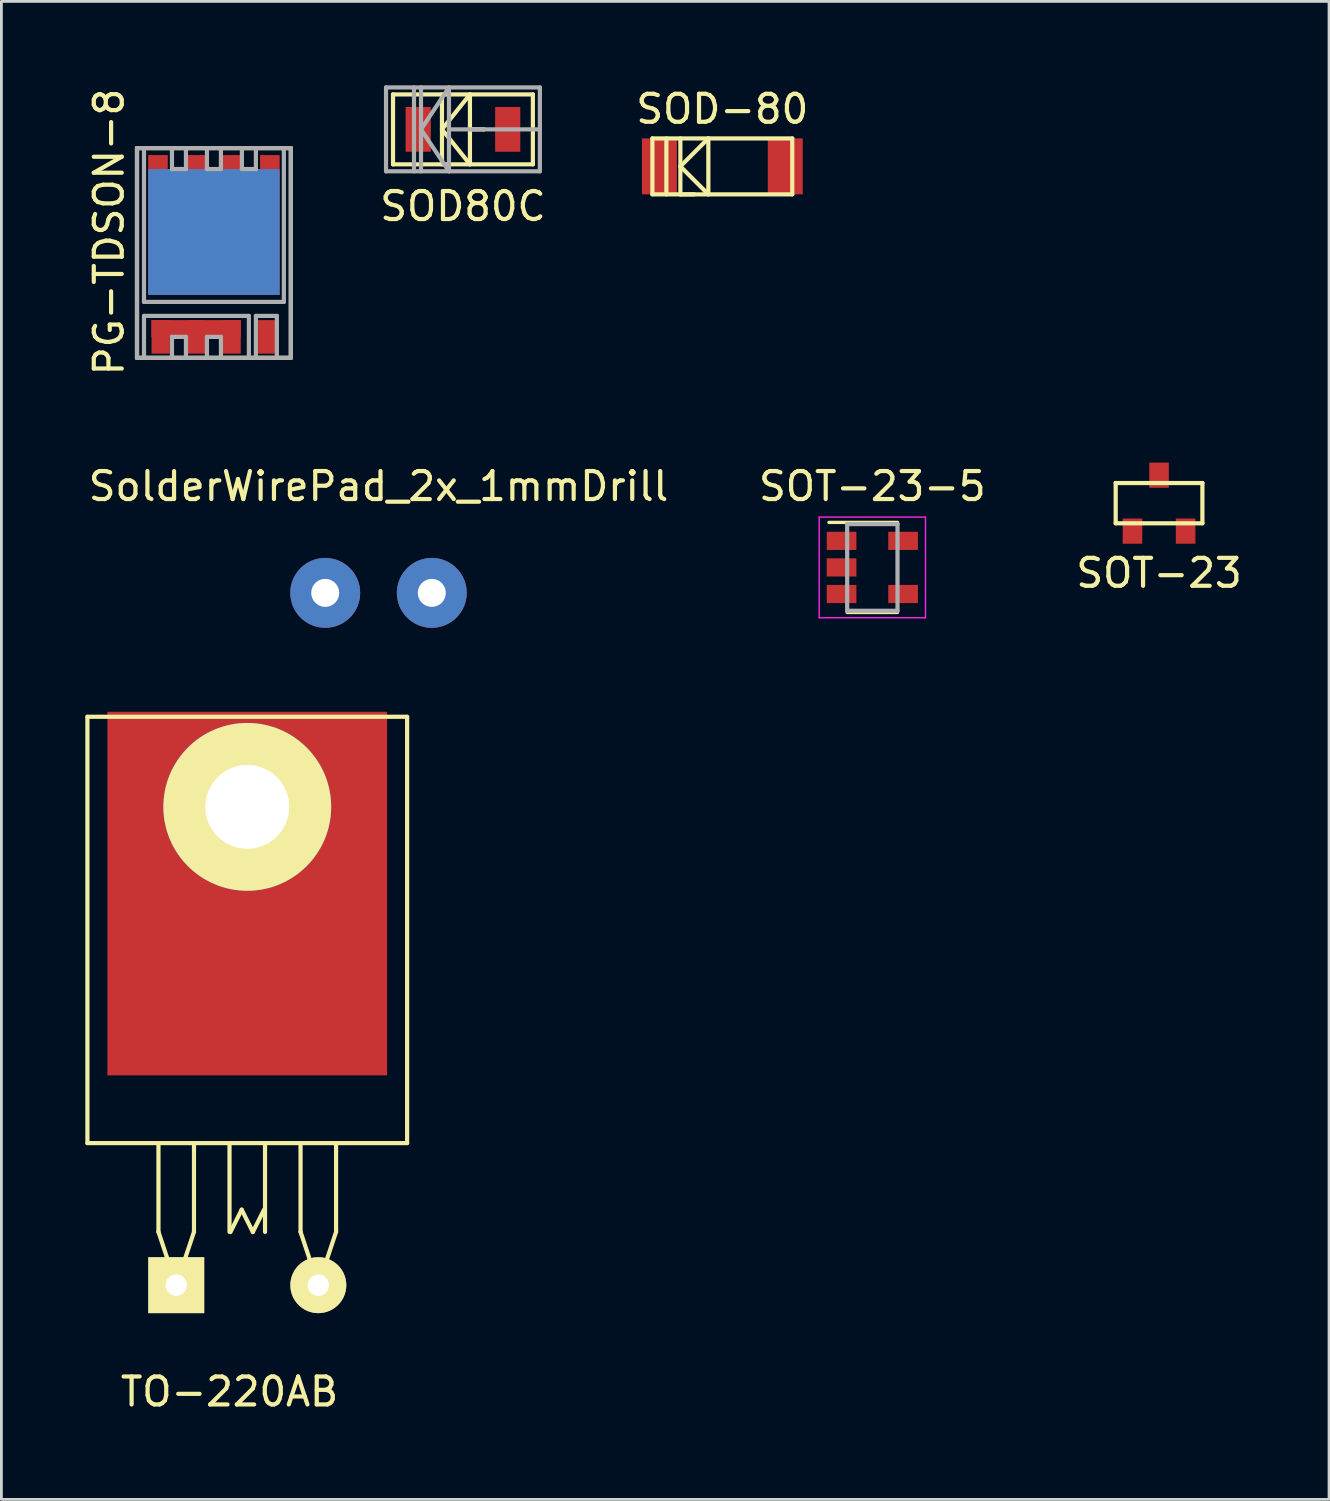
<source format=kicad_pcb>
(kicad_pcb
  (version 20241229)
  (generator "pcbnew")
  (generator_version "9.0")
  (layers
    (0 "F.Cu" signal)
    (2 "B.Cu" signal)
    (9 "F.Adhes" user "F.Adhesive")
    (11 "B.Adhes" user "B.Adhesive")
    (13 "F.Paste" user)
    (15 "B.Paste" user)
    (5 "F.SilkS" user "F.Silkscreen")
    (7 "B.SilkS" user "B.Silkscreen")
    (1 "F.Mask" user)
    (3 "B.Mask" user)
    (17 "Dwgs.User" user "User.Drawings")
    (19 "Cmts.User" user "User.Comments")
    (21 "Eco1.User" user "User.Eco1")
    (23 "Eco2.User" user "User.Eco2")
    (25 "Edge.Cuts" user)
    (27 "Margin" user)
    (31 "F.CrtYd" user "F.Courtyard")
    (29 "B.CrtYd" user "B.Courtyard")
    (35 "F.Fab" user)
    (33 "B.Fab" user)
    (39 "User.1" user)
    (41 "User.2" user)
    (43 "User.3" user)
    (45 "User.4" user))
  (footprint "SOT-23"
    (placed yes)
    (layer "F.Cu")
    (at 38.387 14.938)
    (property "Reference" "SOT-23" (at 0 2.5 0) (layer "F.SilkS") (effects (font (size 1 1) (thickness 0.15))))
    (attr through_hole)
    (fp_line (start -1.55 -0.72) (end -1.55 0.72) (stroke (width 0.15) (type solid)) (layer "F.SilkS"))
    (fp_line (start -1.55 -0.72) (end 1.55 -0.72) (stroke (width 0.15) (type solid)) (layer "F.SilkS"))
    (fp_line (start -1.55 0.72) (end 1.55 0.72) (stroke (width 0.15) (type solid)) (layer "F.SilkS"))
    (fp_line (start 1.55 -0.72) (end 1.55 0.72) (stroke (width 0.15) (type solid)) (layer "F.SilkS"))
    (pad "1" smd rect (at -0.95 1) (size 0.7 0.9) (layers "F.Cu" "F.Mask" "F.Paste"))
    (pad "2" smd rect (at 0 -1) (size 0.7 0.9) (layers "F.Cu" "F.Mask" "F.Paste"))
    (pad "3" smd rect (at 0.95 1) (size 0.7 0.9) (layers "F.Cu" "F.Mask" "F.Paste")))
  (footprint "SOD80C"
    (layer "F.Cu")
    (at 13.501 1.575)
    (property "Reference" "SOD80C" (at 0 2.75 0) (layer "F.SilkS") (effects (font (size 1 1) (thickness 0.15))))
    (attr through_hole)
    (fp_line (start -2.5 -1.25) (end -2.5 1.25) (stroke (width 0.15) (type solid)) (layer "F.SilkS"))
    (fp_line (start -2.5 1.25) (end 2.5 1.25) (stroke (width 0.15) (type solid)) (layer "F.SilkS"))
    (fp_line (start -0.75 -1.25) (end -0.75 1.25) (stroke (width 0.15) (type solid)) (layer "F.SilkS"))
    (fp_line (start -0.75 0) (end 0.25 -1.25) (stroke (width 0.15) (type solid)) (layer "F.SilkS"))
    (fp_line (start -0.75 0) (end 0.25 1.25) (stroke (width 0.15) (type solid)) (layer "F.SilkS"))
    (fp_line (start 0.25 -1.25) (end 0.25 0) (stroke (width 0.15) (type solid)) (layer "F.SilkS"))
    (fp_line (start 0.25 0) (end 0.75 0) (stroke (width 0.15) (type solid)) (layer "F.SilkS"))
    (fp_line (start 0.25 1.25) (end 0.25 0) (stroke (width 0.15) (type solid)) (layer "F.SilkS"))
    (fp_line (start 2.5 -1.25) (end -2.5 -1.25) (stroke (width 0.15) (type solid)) (layer "F.SilkS"))
    (fp_line (start 2.5 1.25) (end 2.5 -1.25) (stroke (width 0.15) (type solid)) (layer "F.SilkS"))
    (fp_line (start -2.75 -1.5) (end -2.75 1.5) (stroke (width 0.15) (type solid)) (layer "F.Fab"))
    (fp_line (start -2.75 1.5) (end 2.75 1.5) (stroke (width 0.15) (type solid)) (layer "F.Fab"))
    (fp_line (start -1.75 -1.5) (end -1.75 1.5) (stroke (width 0.15) (type solid)) (layer "F.Fab"))
    (fp_line (start -1.5 0) (end -0.5 1.5) (stroke (width 0.15) (type solid)) (layer "F.Fab"))
    (fp_line (start -1.5 1.5) (end -1.5 -1.5) (stroke (width 0.15) (type solid)) (layer "F.Fab"))
    (fp_line (start -0.5 -1.5) (end -1.5 0) (stroke (width 0.15) (type solid)) (layer "F.Fab"))
    (fp_line (start -0.5 -1.25) (end -0.5 -1.5) (stroke (width 0.15) (type solid)) (layer "F.Fab"))
    (fp_line (start -0.5 0) (end 0.75 0) (stroke (width 0.15) (type solid)) (layer "F.Fab"))
    (fp_line (start -0.5 1.5) (end -0.5 -1.25) (stroke (width 0.15) (type solid)) (layer "F.Fab"))
    (fp_line (start 0.75 0) (end 2.75 0) (stroke (width 0.15) (type solid)) (layer "F.Fab"))
    (fp_line (start 2.75 -1.5) (end -2.75 -1.5) (stroke (width 0.15) (type solid)) (layer "F.Fab"))
    (fp_line (start 2.75 1.5) (end 2.75 -1.5) (stroke (width 0.15) (type solid)) (layer "F.Fab"))
    (pad "1" smd rect (at -1.6 0) (size 0.9 1.6) (layers "F.Cu" "F.Mask" "F.Paste"))
    (pad "2" smd rect (at 1.6 0) (size 0.9 1.6) (layers "F.Cu" "F.Mask" "F.Paste")))
  (footprint "TO-220AB"
    (layer "F.Cu")
    (at 5.79 42.896)
    (property "Reference" "TO-220AB" (at -0.635 3.81 0) (layer "F.SilkS") (effects (font (size 1 1) (thickness 0.15))))
    (attr through_hole)
    (fp_line (start -5.715 -20.32) (end -5.715 -5.08) (stroke (width 0.15) (type solid)) (layer "F.SilkS"))
    (fp_line (start -5.715 -5.08) (end 5.715 -5.08) (stroke (width 0.15) (type solid)) (layer "F.SilkS"))
    (fp_line (start -3.175 -5.08) (end -3.175 -1.905) (stroke (width 0.15) (type solid)) (layer "F.SilkS"))
    (fp_line (start -3.175 -1.905) (end -2.54 0) (stroke (width 0.15) (type solid)) (layer "F.SilkS"))
    (fp_line (start -2.54 0) (end -1.905 -1.905) (stroke (width 0.15) (type solid)) (layer "F.SilkS"))
    (fp_line (start -1.905 -1.905) (end -1.905 -5.08) (stroke (width 0.15) (type solid)) (layer "F.SilkS"))
    (fp_line (start -0.635 -1.905) (end -0.635 -5.08) (stroke (width 0.15) (type solid)) (layer "F.SilkS"))
    (fp_line (start -0.6 -1.9) (end -0.2 -2.7) (stroke (width 0.15) (type solid)) (layer "F.SilkS"))
    (fp_line (start -0.2 -2.7) (end 0.2 -1.9) (stroke (width 0.15) (type solid)) (layer "F.SilkS"))
    (fp_line (start 0.2 -1.9) (end 0.6 -2.7) (stroke (width 0.15) (type solid)) (layer "F.SilkS"))
    (fp_line (start 0.635 -1.905) (end 0.635 -5.08) (stroke (width 0.15) (type solid)) (layer "F.SilkS"))
    (fp_line (start 1.905 -1.905) (end 1.905 -5.08) (stroke (width 0.15) (type solid)) (layer "F.SilkS"))
    (fp_line (start 2.54 0) (end 1.905 -1.905) (stroke (width 0.15) (type solid)) (layer "F.SilkS"))
    (fp_line (start 2.54 0) (end 3.175 -1.905) (stroke (width 0.15) (type solid)) (layer "F.SilkS"))
    (fp_line (start 3.175 -1.905) (end 3.175 -5.08) (stroke (width 0.15) (type solid)) (layer "F.SilkS"))
    (fp_line (start 5.715 -20.32) (end -5.715 -20.32) (stroke (width 0.15) (type solid)) (layer "F.SilkS"))
    (fp_line (start 5.715 -5.08) (end 5.715 -20.32) (stroke (width 0.15) (type solid)) (layer "F.SilkS"))
    (pad "1" thru_hole rect (at -2.54 0) (size 2 2) (drill 0.762) (layers "*.Cu" "*.Mask" "F.SilkS"))
    (pad "1" thru_hole circle (at 2.54 0) (size 2 2) (drill 0.762) (layers "*.Cu" "*.Mask" "F.SilkS"))
    (pad "2" thru_hole circle (at 0 -17.1) (size 6 6) (drill 3) (layers "*.Cu" "*.Mask" "F.SilkS"))
    (pad "2" smd rect (at 0 -14) (size 10 13) (layers "F.Cu" "F.Mask" "F.Paste")))
  (footprint "SolderWirePad_2x_1mmDrill"
    (layer "F.Cu")
    (at 10.482 18.146)
    (property "Reference" "SolderWirePad_2x_1mmDrill" (at 0 -3.81 0) (layer "F.SilkS") (effects (font (size 1 1) (thickness 0.15))))
    (attr through_hole)
    (pad "1" thru_hole circle (at -1.905 0) (size 2.499 2.499) (drill 1.001) (layers "*.Cu" "*.Mask"))
    (pad "2" thru_hole circle (at 1.905 0) (size 2.499 2.499) (drill 1.001) (layers "*.Cu" "*.Mask")))
  (footprint "PG-TDSON-8"
    (layer "F.Cu")
    (at 4.598 7.744)
    (property "Reference" "PG-TDSON-8" (at -3.75 -2.5 90) (layer "F.SilkS") (effects (font (size 1 1) (thickness 0.15))))
    (attr through_hole)
    (fp_line (start -2.75 -5.5) (end -2.75 2) (stroke (width 0.15) (type solid)) (layer "F.SilkS"))
    (fp_line (start -2.75 2) (end 2.75 2) (stroke (width 0.15) (type solid)) (layer "F.SilkS"))
    (fp_line (start 2.75 -5.5) (end -2.75 -5.5) (stroke (width 0.15) (type solid)) (layer "F.SilkS"))
    (fp_line (start 2.75 2) (end 2.75 -5.5) (stroke (width 0.15) (type solid)) (layer "F.SilkS"))
    (fp_line (start -2.75 -5.5) (end 2.75 -5.5) (stroke (width 0.15) (type solid)) (layer "F.Fab"))
    (fp_line (start -2.75 2) (end -2.75 -5.5) (stroke (width 0.15) (type solid)) (layer "F.Fab"))
    (fp_line (start -2.5 -5.5) (end -2.5 0) (stroke (width 0.15) (type solid)) (layer "F.Fab"))
    (fp_line (start -2.5 0) (end 2.5 0) (stroke (width 0.15) (type solid)) (layer "F.Fab"))
    (fp_line (start -2.5 0.5) (end 1.25 0.5) (stroke (width 0.15) (type solid)) (layer "F.Fab"))
    (fp_line (start -2.5 2) (end -2.5 0.5) (stroke (width 0.15) (type solid)) (layer "F.Fab"))
    (fp_line (start -1.5 -5.5) (end -1.5 -4.75) (stroke (width 0.15) (type solid)) (layer "F.Fab"))
    (fp_line (start -1.5 -4.75) (end -1 -4.75) (stroke (width 0.15) (type solid)) (layer "F.Fab"))
    (fp_line (start -1.5 1.25) (end -1 1.25) (stroke (width 0.15) (type solid)) (layer "F.Fab"))
    (fp_line (start -1.5 2) (end -1.5 1.25) (stroke (width 0.15) (type solid)) (layer "F.Fab"))
    (fp_line (start -1 -4.75) (end -1 -5.5) (stroke (width 0.15) (type solid)) (layer "F.Fab"))
    (fp_line (start -1 1.25) (end -1 2) (stroke (width 0.15) (type solid)) (layer "F.Fab"))
    (fp_line (start -0.25 -5.5) (end -0.25 -4.75) (stroke (width 0.15) (type solid)) (layer "F.Fab"))
    (fp_line (start -0.25 -4.75) (end 0.25 -4.75) (stroke (width 0.15) (type solid)) (layer "F.Fab"))
    (fp_line (start -0.25 1.25) (end 0.25 1.25) (stroke (width 0.15) (type solid)) (layer "F.Fab"))
    (fp_line (start -0.25 2) (end -0.25 1.25) (stroke (width 0.15) (type solid)) (layer "F.Fab"))
    (fp_line (start 0.25 -4.75) (end 0.25 -5.5) (stroke (width 0.15) (type solid)) (layer "F.Fab"))
    (fp_line (start 0.25 1.25) (end 0.25 2) (stroke (width 0.15) (type solid)) (layer "F.Fab"))
    (fp_line (start 1 -5.5) (end 1 -4.75) (stroke (width 0.15) (type solid)) (layer "F.Fab"))
    (fp_line (start 1 -4.75) (end 1.5 -4.75) (stroke (width 0.15) (type solid)) (layer "F.Fab"))
    (fp_line (start 1.25 0.5) (end 1.25 2) (stroke (width 0.15) (type solid)) (layer "F.Fab"))
    (fp_line (start 1.5 -4.75) (end 1.5 -5.5) (stroke (width 0.15) (type solid)) (layer "F.Fab"))
    (fp_line (start 1.5 0.5) (end 2.25 0.5) (stroke (width 0.15) (type solid)) (layer "F.Fab"))
    (fp_line (start 1.5 2) (end 1.5 0.5) (stroke (width 0.15) (type solid)) (layer "F.Fab"))
    (fp_line (start 2.25 0.5) (end 2.25 2) (stroke (width 0.15) (type solid)) (layer "F.Fab"))
    (fp_line (start 2.5 0) (end 2.5 -5.5) (stroke (width 0.15) (type solid)) (layer "F.Fab"))
    (fp_line (start 2.75 -5.5) (end 2.75 2) (stroke (width 0.15) (type solid)) (layer "F.Fab"))
    (fp_line (start 2.75 2) (end -2.75 2) (stroke (width 0.15) (type solid)) (layer "F.Fab"))
    (pad "1" smd rect (at -1.905 1.25) (size 0.65 1.2) (layers "F.Cu" "F.Mask" "F.Paste"))
    (pad "1" smd rect (at -0.635 0.95) (size 3.2 0.6) (layers "F.Cu" "F.Mask" "F.Paste"))
    (pad "2" connect rect (at -0.635 1.25) (size 0.65 1.2) (layers "F.Cu" "F.Mask"))
    (pad "3" smd rect (at 0.635 1.25) (size 0.65 1.2) (layers "F.Cu" "F.Mask" "F.Paste"))
    (pad "4" smd rect (at 1.905 1.25) (size 0.65 1.2) (layers "F.Cu" "F.Mask" "F.Paste"))
    (pad "5" smd rect (at 2 -5) (size 0.7 0.5) (layers "F.Cu" "F.Mask" "F.Paste"))
    (pad "6" smd rect (at 0.65 -5 180) (size 0.7 0.5) (layers "F.Cu" "F.Mask" "F.Paste"))
    (pad "7" smd rect (at -0.65 -5) (size 0.7 0.5) (layers "F.Cu" "F.Mask" "F.Paste"))
    (pad "8" smd rect (at -2 -5) (size 0.7 0.5) (layers "F.Cu" "F.Mask" "F.Paste"))
    (pad "8" smd rect (at 0 -2.5) (size 4.7 4.5) (layers "F.Cu" "F.Mask" "F.Paste"))
    (pad "8" smd rect (at 0 -2.5) (size 4.7 4.5) (layers "F.Mask" "B.Cu" "F.Paste")))
  (footprint "SOT-23-5"
    (layer "F.Cu")
    (at 28.137 17.236)
    (property "Reference" "SOT-23-5" (at 0 -2.9 0) (layer "F.SilkS") (effects (font (size 1 1) (thickness 0.15))))
    (attr smd)
    (fp_line (start -0.9 1.61) (end 0.9 1.61) (stroke (width 0.12) (type solid)) (layer "F.SilkS"))
    (fp_line (start 0.9 -1.61) (end -1.55 -1.61) (stroke (width 0.12) (type solid)) (layer "F.SilkS"))
    (fp_line (start -1.9 -1.8) (end 1.9 -1.8) (stroke (width 0.05) (type solid)) (layer "F.CrtYd"))
    (fp_line (start -1.9 1.8) (end -1.9 -1.8) (stroke (width 0.05) (type solid)) (layer "F.CrtYd"))
    (fp_line (start 1.9 -1.8) (end 1.9 1.8) (stroke (width 0.05) (type solid)) (layer "F.CrtYd"))
    (fp_line (start 1.9 1.8) (end -1.9 1.8) (stroke (width 0.05) (type solid)) (layer "F.CrtYd"))
    (fp_line (start -0.9 -1.55) (end -0.9 1.55) (stroke (width 0.15) (type solid)) (layer "F.Fab"))
    (fp_line (start 0.9 -1.55) (end -0.9 -1.55) (stroke (width 0.15) (type solid)) (layer "F.Fab"))
    (fp_line (start 0.9 -1.55) (end 0.9 1.55) (stroke (width 0.15) (type solid)) (layer "F.Fab"))
    (fp_line (start 0.9 1.55) (end -0.9 1.55) (stroke (width 0.15) (type solid)) (layer "F.Fab"))
    (pad "2" smd rect (at -1.1 0) (size 1.06 0.65) (layers "F.Cu" "F.Mask" "F.Paste"))
    (pad "3" smd rect (at -1.1 0.95) (size 1.06 0.65) (layers "F.Cu" "F.Mask" "F.Paste"))
    (pad "4" smd rect (at 1.1 0.95) (size 1.06 0.65) (layers "F.Cu" "F.Mask" "F.Paste"))
    (pad "5" smd rect (at 1.1 -0.95) (size 1.06 0.65) (layers "F.Cu" "F.Mask" "F.Paste"))
    (pad "~" smd rect (at -1.1 -0.95) (size 1.06 0.65) (layers "F.Cu" "F.Mask" "F.Paste")))
  (footprint "SOD-80"
    (layer "F.Cu")
    (at 22.774 2.898)
    (property "Reference" "SOD-80" (at 0 -2.05 0) (layer "F.SilkS") (effects (font (size 1 1) (thickness 0.15))))
    (attr through_hole)
    (fp_line (start -2.5 1) (end -2.5 -1) (stroke (width 0.15) (type solid)) (layer "F.SilkS"))
    (fp_line (start -2.5 1) (end 2.5 1) (stroke (width 0.15) (type solid)) (layer "F.SilkS"))
    (fp_line (start -2 1) (end -2 -1) (stroke (width 0.15) (type solid)) (layer "F.SilkS"))
    (fp_line (start -1.5 0) (end -0.5 -1) (stroke (width 0.15) (type solid)) (layer "F.SilkS"))
    (fp_line (start -1.5 1) (end -1.5 -1) (stroke (width 0.15) (type solid)) (layer "F.SilkS"))
    (fp_line (start -1 1) (end -1.5 1) (stroke (width 0.15) (type solid)) (layer "F.SilkS"))
    (fp_line (start -0.5 -1) (end -0.5 1) (stroke (width 0.15) (type solid)) (layer "F.SilkS"))
    (fp_line (start -0.5 1) (end -1.5 0) (stroke (width 0.15) (type solid)) (layer "F.SilkS"))
    (fp_line (start 2.5 -1) (end -2.5 -1) (stroke (width 0.15) (type solid)) (layer "F.SilkS"))
    (fp_line (start 2.5 1) (end 2.5 -1) (stroke (width 0.15) (type solid)) (layer "F.SilkS"))
    (pad "1" smd rect (at -2.25 0) (size 1.25 2) (layers "F.Cu" "F.Mask" "F.Paste"))
    (pad "2" smd rect (at 2.25 0) (size 1.25 2) (layers "F.Cu" "F.Mask" "F.Paste")))
  (gr_rect
    (start -3 -3)
    (end 44.464 50.554)
    (stroke (width 0.1) (type default))
    (fill no)
    (layer "Edge.Cuts")))
</source>
